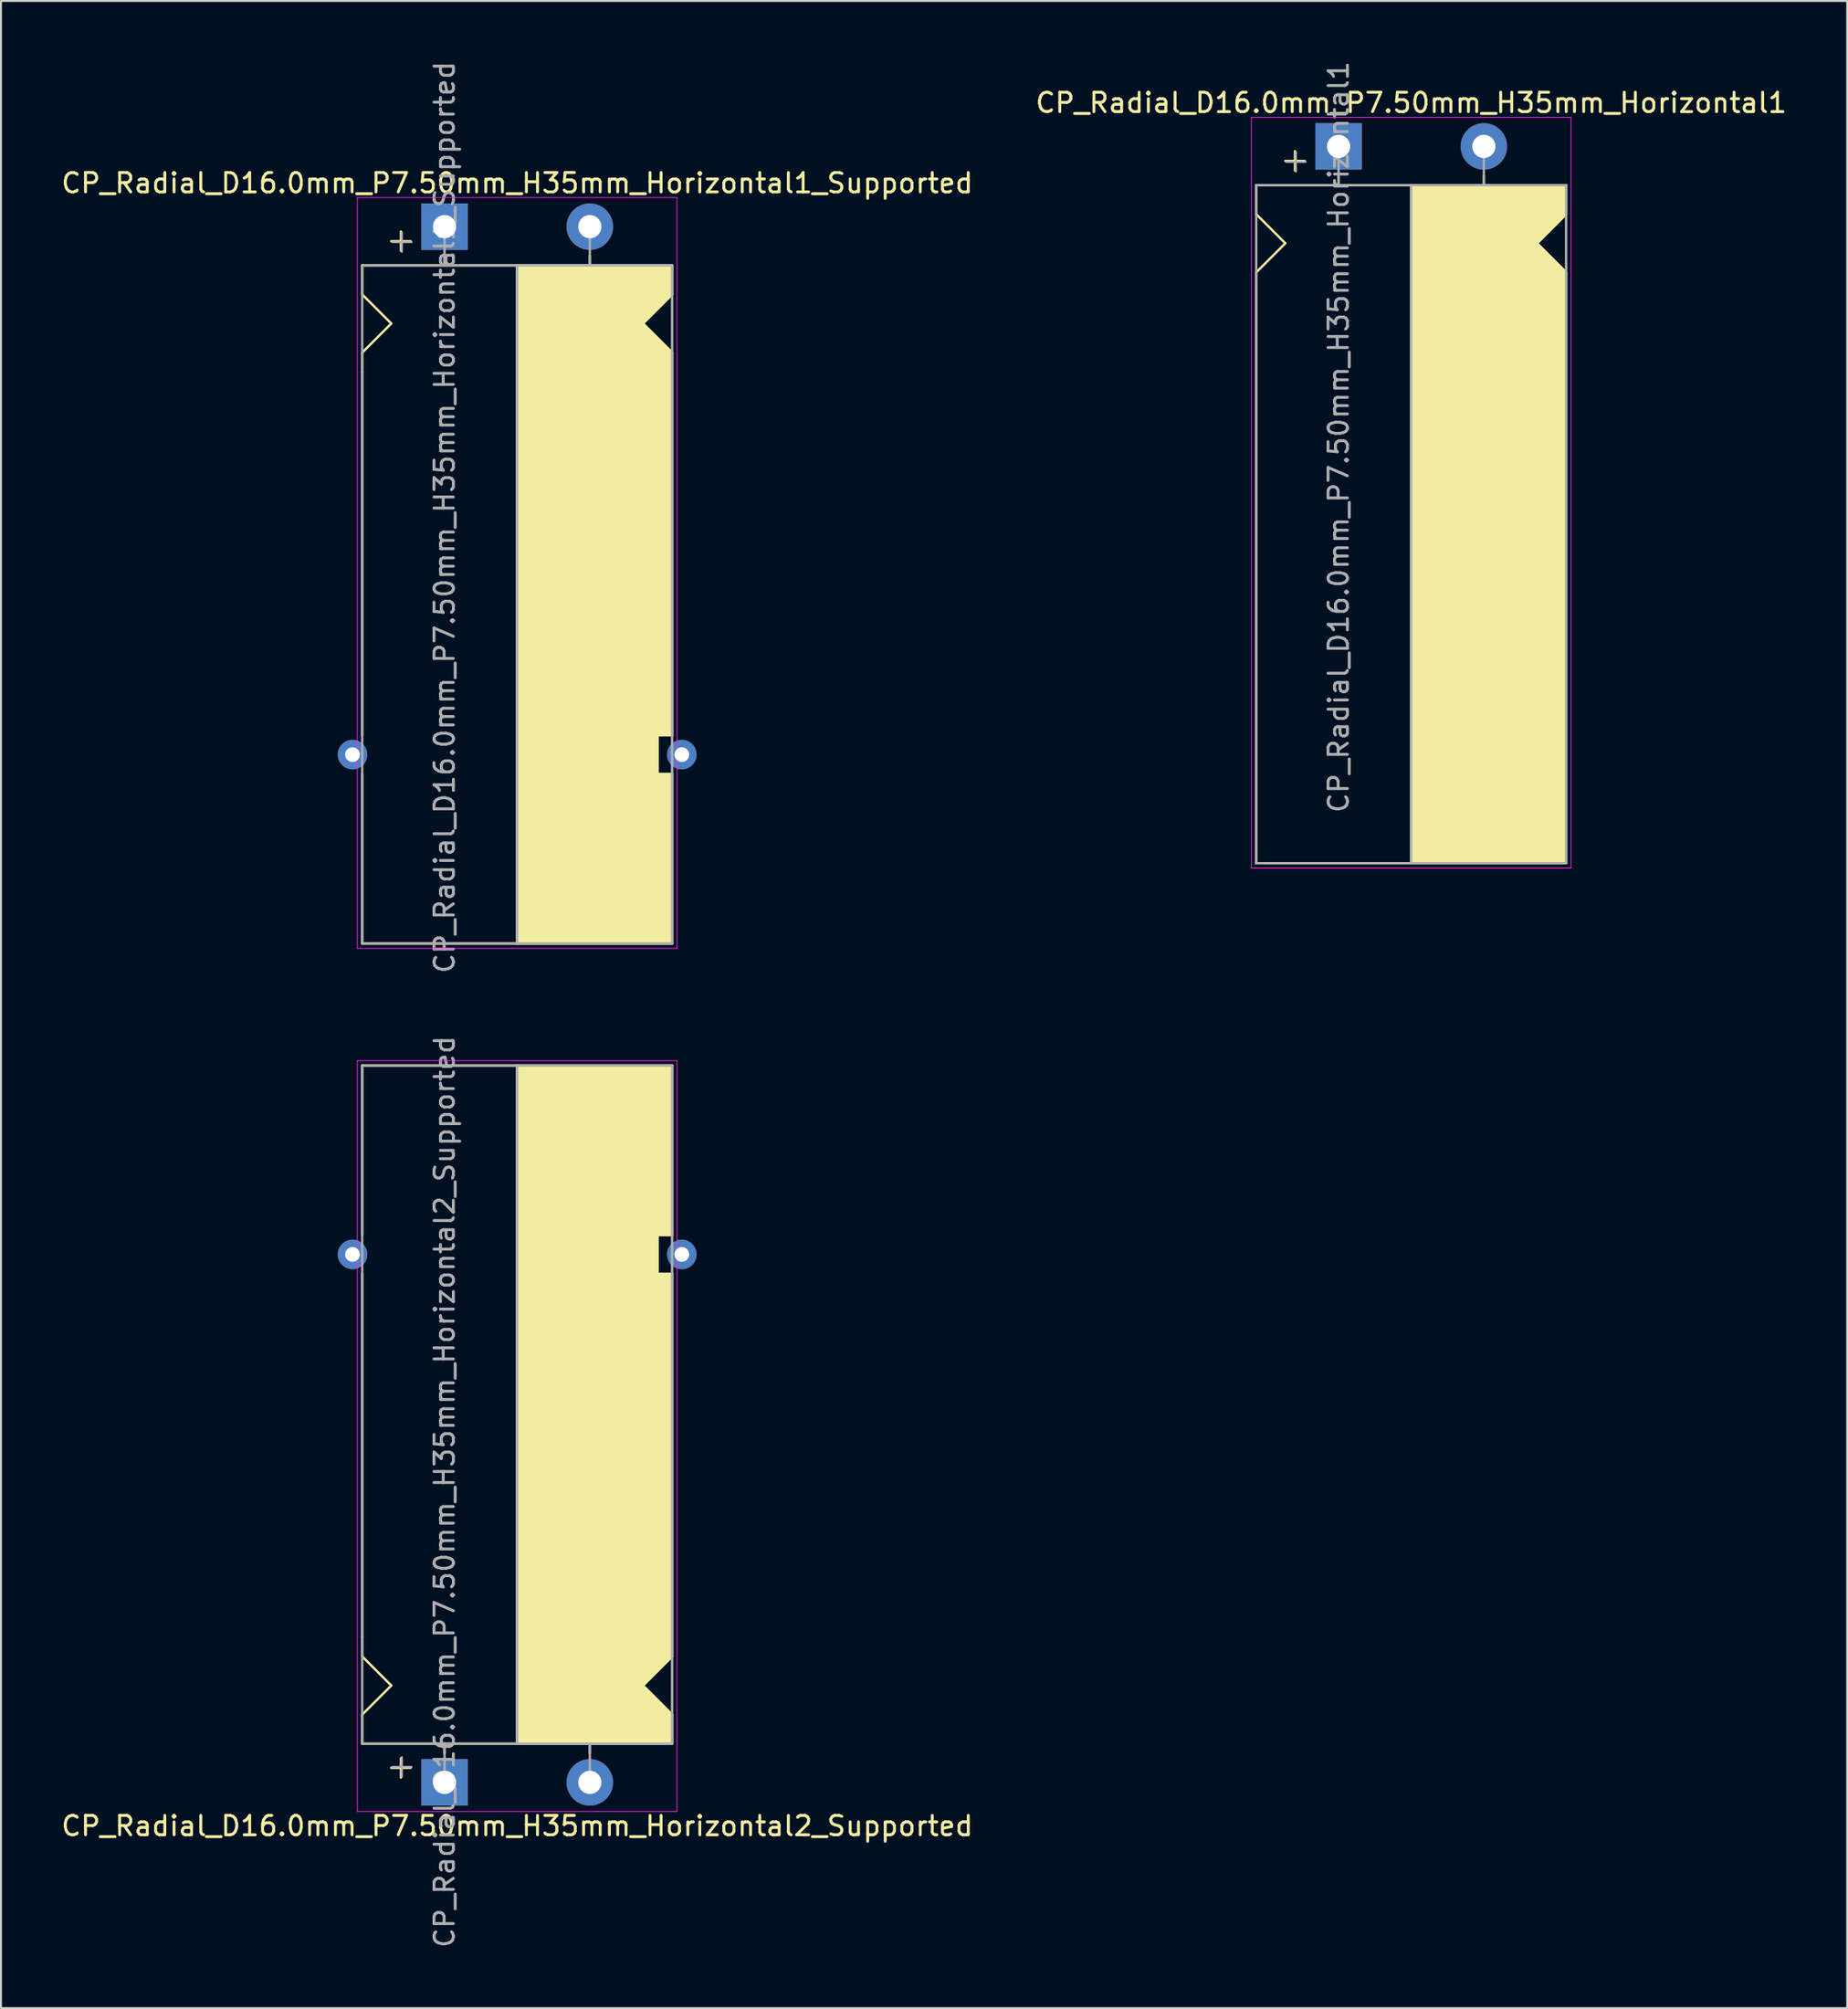
<source format=kicad_pcb>
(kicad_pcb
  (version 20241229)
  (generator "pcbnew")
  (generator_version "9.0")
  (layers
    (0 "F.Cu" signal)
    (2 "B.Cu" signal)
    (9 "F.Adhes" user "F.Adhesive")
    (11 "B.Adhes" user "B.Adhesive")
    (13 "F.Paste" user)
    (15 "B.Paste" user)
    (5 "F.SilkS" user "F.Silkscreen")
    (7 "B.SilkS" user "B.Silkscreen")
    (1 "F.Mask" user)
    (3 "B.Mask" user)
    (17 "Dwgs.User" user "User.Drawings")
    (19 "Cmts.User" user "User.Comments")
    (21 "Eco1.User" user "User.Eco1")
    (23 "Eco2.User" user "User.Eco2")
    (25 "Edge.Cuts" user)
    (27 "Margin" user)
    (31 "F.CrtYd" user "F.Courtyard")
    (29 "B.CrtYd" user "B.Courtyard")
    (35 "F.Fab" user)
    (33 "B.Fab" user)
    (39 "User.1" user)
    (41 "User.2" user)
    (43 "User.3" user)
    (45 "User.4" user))
  (footprint "CP_Radial_D16.0mm_P7.50mm_H35mm_Horizontal1"
    (layer "F.Cu")
    (at 66.054 4.506)
    (property "Reference" "CP_Radial_D16.0mm_P7.50mm_H35mm_Horizontal1" (at 3.75 -2.25 0) (layer "F.SilkS") (effects (font (size 1 1) (thickness 0.15))))
    (attr through_hole)
    (fp_line (start -4.25 2) (end -4.25 3.5) (stroke (width 0.12) (type solid)) (layer "F.SilkS"))
    (fp_line (start -4.25 3.5) (end -2.75 5) (stroke (width 0.12) (type solid)) (layer "F.SilkS"))
    (fp_line (start -4.25 6.5) (end -4.25 7.5) (stroke (width 0.12) (type solid)) (layer "F.SilkS"))
    (fp_line (start -4.25 7.5) (end -4.25 37) (stroke (width 0.12) (type solid)) (layer "F.SilkS"))
    (fp_line (start -2.75 5) (end -4.25 6.5) (stroke (width 0.12) (type solid)) (layer "F.SilkS"))
    (fp_line (start -2.25 0.25) (end -2.25 1.25) (stroke (width 0.12) (type solid)) (layer "F.SilkS"))
    (fp_line (start -1.75 0.75) (end -2.75 0.75) (stroke (width 0.12) (type solid)) (layer "F.SilkS"))
    (fp_line (start 0 1.5) (end 0 2) (stroke (width 0.12) (type solid)) (layer "F.SilkS"))
    (fp_line (start 3.75 2) (end -4.25 2) (stroke (width 0.12) (type solid)) (layer "F.SilkS"))
    (fp_line (start 3.75 2) (end 3.75 37) (stroke (width 0.12) (type solid)) (layer "F.SilkS"))
    (fp_line (start 3.75 2) (end 11.75 2) (stroke (width 0.12) (type solid)) (layer "F.SilkS"))
    (fp_line (start 7.5 1.5) (end 7.5 2) (stroke (width 0.12) (type solid)) (layer "F.SilkS"))
    (fp_line (start 10.25 5) (end 11.75 6.5) (stroke (width 0.12) (type solid)) (layer "F.SilkS"))
    (fp_line (start 11.75 2) (end 11.75 3.5) (stroke (width 0.12) (type solid)) (layer "F.SilkS"))
    (fp_line (start 11.75 3.5) (end 10.25 5) (stroke (width 0.12) (type solid)) (layer "F.SilkS"))
    (fp_line (start 11.75 37) (end -4.25 37) (stroke (width 0.12) (type solid)) (layer "F.SilkS"))
    (fp_line (start 11.75 37) (end 11.75 6.5) (stroke (width 0.12) (type solid)) (layer "F.SilkS"))
    (fp_poly (pts (xy 11.75 3.5) (xy 10.25 5) (xy 11.75 6.5) (xy 11.75 37) (xy 3.75 37) (xy 3.75 2) (xy 11.75 2)) (stroke (width 0.1) (type solid)) (fill yes) (layer "F.SilkS"))
    (fp_line (start -4.5 -1.5) (end 12 -1.5) (stroke (width 0.04) (type solid)) (layer "F.CrtYd"))
    (fp_line (start -4.5 37.25) (end -4.5 -1.5) (stroke (width 0.04) (type solid)) (layer "F.CrtYd"))
    (fp_line (start 12 -1.5) (end 12 37.25) (stroke (width 0.04) (type solid)) (layer "F.CrtYd"))
    (fp_line (start 12 37.25) (end -4.5 37.25) (stroke (width 0.04) (type solid)) (layer "F.CrtYd"))
    (fp_line (start -4.25 2) (end -4.25 37) (stroke (width 0.12) (type solid)) (layer "F.Fab"))
    (fp_line (start -4.25 37) (end 11.75 37) (stroke (width 0.12) (type solid)) (layer "F.Fab"))
    (fp_line (start -2.7 0.8) (end -1.7 0.8) (stroke (width 0.1) (type solid)) (layer "F.Fab"))
    (fp_line (start -2.2 1.3) (end -2.2 0.3) (stroke (width 0.1) (type solid)) (layer "F.Fab"))
    (fp_line (start 0 0) (end 0 2) (stroke (width 0.12) (type solid)) (layer "F.Fab"))
    (fp_line (start 0 2) (end -4.25 2) (stroke (width 0.12) (type solid)) (layer "F.Fab"))
    (fp_line (start 3.75 2) (end 3.75 37) (stroke (width 0.12) (type solid)) (layer "F.Fab"))
    (fp_line (start 7.5 0) (end 7.5 2) (stroke (width 0.12) (type solid)) (layer "F.Fab"))
    (fp_line (start 11.75 2) (end 0 2) (stroke (width 0.12) (type solid)) (layer "F.Fab"))
    (fp_line (start 11.75 37) (end 11.75 2) (stroke (width 0.12) (type solid)) (layer "F.Fab"))
    (fp_poly (pts (xy 11.75 37) (xy 3.75 37) (xy 3.75 2) (xy 11.75 2)) (stroke (width 0.1) (type solid)) (fill no) (layer "F.Fab"))
    (fp_text user "${REFERENCE}" (at 0 15 90) (layer "F.Fab") (effects (font (size 1 1) (thickness 0.15))))
    (pad "1" thru_hole rect (at 0 0) (size 2.4 2.4) (drill 1.2) (layers "*.Cu" "*.Mask"))
    (pad "2" thru_hole circle (at 7.5 0) (size 2.4 2.4) (drill 1.2) (layers "*.Cu" "*.Mask")))
  (footprint "CP_Radial_D16.0mm_P7.50mm_H35mm_Horizontal2_Supported"
    (layer "F.Cu")
    (at 19.899 88.946)
    (property "Reference" "CP_Radial_D16.0mm_P7.50mm_H35mm_Horizontal2_Supported" (at 3.75 2.25 0) (layer "F.SilkS") (effects (font (size 1 1) (thickness 0.15))))
    (attr through_hole)
    (fp_line (start -4.25 -28.25) (end -4.25 -37) (stroke (width 0.12) (type solid)) (layer "F.SilkS"))
    (fp_line (start -4.25 -7.5) (end -4.25 -26.25) (stroke (width 0.12) (type solid)) (layer "F.SilkS"))
    (fp_line (start -4.25 -6.5) (end -4.25 -7.5) (stroke (width 0.12) (type solid)) (layer "F.SilkS"))
    (fp_line (start -4.25 -3.5) (end -2.75 -5) (stroke (width 0.12) (type solid)) (layer "F.SilkS"))
    (fp_line (start -4.25 -2) (end -4.25 -3.5) (stroke (width 0.12) (type solid)) (layer "F.SilkS"))
    (fp_line (start -2.75 -5) (end -4.25 -6.5) (stroke (width 0.12) (type solid)) (layer "F.SilkS"))
    (fp_line (start -2.25 -1.25) (end -2.25 -0.25) (stroke (width 0.12) (type solid)) (layer "F.SilkS"))
    (fp_line (start -1.75 -0.75) (end -2.75 -0.75) (stroke (width 0.12) (type solid)) (layer "F.SilkS"))
    (fp_line (start 0 -1.5) (end 0 -2) (stroke (width 0.12) (type solid)) (layer "F.SilkS"))
    (fp_line (start 3.75 -2) (end -4.25 -2) (stroke (width 0.12) (type solid)) (layer "F.SilkS"))
    (fp_line (start 3.75 -2) (end 3.75 -37) (stroke (width 0.12) (type solid)) (layer "F.SilkS"))
    (fp_line (start 3.75 -2) (end 11.75 -2) (stroke (width 0.12) (type solid)) (layer "F.SilkS"))
    (fp_line (start 7.5 -1.5) (end 7.5 -2) (stroke (width 0.12) (type solid)) (layer "F.SilkS"))
    (fp_line (start 10.25 -5) (end 11.75 -6.5) (stroke (width 0.12) (type solid)) (layer "F.SilkS"))
    (fp_line (start 11 -28.25) (end 11 -26.25) (stroke (width 0.12) (type solid)) (layer "F.SilkS"))
    (fp_line (start 11 -26.25) (end 11.75 -26.25) (stroke (width 0.12) (type solid)) (layer "F.SilkS"))
    (fp_line (start 11.75 -37) (end -4.25 -37) (stroke (width 0.12) (type solid)) (layer "F.SilkS"))
    (fp_line (start 11.75 -37) (end 11.75 -28.25) (stroke (width 0.12) (type solid)) (layer "F.SilkS"))
    (fp_line (start 11.75 -28.25) (end 11 -28.25) (stroke (width 0.12) (type solid)) (layer "F.SilkS"))
    (fp_line (start 11.75 -26.25) (end 11.75 -6.5) (stroke (width 0.12) (type solid)) (layer "F.SilkS"))
    (fp_line (start 11.75 -3.5) (end 10.25 -5) (stroke (width 0.12) (type solid)) (layer "F.SilkS"))
    (fp_line (start 11.75 -2) (end 11.75 -3.5) (stroke (width 0.12) (type solid)) (layer "F.SilkS"))
    (fp_poly (pts (xy 11.75 -3.5) (xy 10.25 -5) (xy 11.75 -6.5) (xy 11.75 -26.25) (xy 11 -26.25) (xy 11 -28.25) (xy 11.75 -28.25) (xy 11.75 -37) (xy 3.75 -37) (xy 3.75 -2) (xy 11.75 -2)) (stroke (width 0.1) (type solid)) (fill yes) (layer "F.SilkS"))
    (fp_line (start -4.5 -37.25) (end -4.5 1.5) (stroke (width 0.04) (type solid)) (layer "F.CrtYd"))
    (fp_line (start -4.5 1.5) (end 12 1.5) (stroke (width 0.04) (type solid)) (layer "F.CrtYd"))
    (fp_line (start 12 -37.25) (end -4.5 -37.25) (stroke (width 0.04) (type solid)) (layer "F.CrtYd"))
    (fp_line (start 12 1.5) (end 12 -37.25) (stroke (width 0.04) (type solid)) (layer "F.CrtYd"))
    (fp_line (start -4.25 -37) (end 11.75 -37) (stroke (width 0.12) (type solid)) (layer "F.Fab"))
    (fp_line (start -4.25 -2) (end -4.25 -37) (stroke (width 0.12) (type solid)) (layer "F.Fab"))
    (fp_line (start -2.7 -0.8) (end -1.7 -0.8) (stroke (width 0.1) (type solid)) (layer "F.Fab"))
    (fp_line (start -2.2 -0.3) (end -2.2 -1.3) (stroke (width 0.1) (type solid)) (layer "F.Fab"))
    (fp_line (start 0 -2) (end -4.25 -2) (stroke (width 0.12) (type solid)) (layer "F.Fab"))
    (fp_line (start 0 0) (end 0 -2) (stroke (width 0.12) (type solid)) (layer "F.Fab"))
    (fp_line (start 3.75 -2) (end 3.75 -37) (stroke (width 0.12) (type solid)) (layer "F.Fab"))
    (fp_line (start 7.5 0) (end 7.5 -2) (stroke (width 0.12) (type solid)) (layer "F.Fab"))
    (fp_line (start 11.75 -37) (end 11.75 -2) (stroke (width 0.12) (type solid)) (layer "F.Fab"))
    (fp_line (start 11.75 -2) (end 0 -2) (stroke (width 0.12) (type solid)) (layer "F.Fab"))
    (fp_poly (pts (xy 11.75 -37) (xy 3.75 -37) (xy 3.75 -2) (xy 11.75 -2)) (stroke (width 0.1) (type solid)) (fill no) (layer "F.Fab"))
    (fp_text user "${REFERENCE}" (at 0 -15 90) (layer "F.Fab") (effects (font (size 1 1) (thickness 0.15))))
    (pad "" thru_hole circle (at -4.75 -27.25 180) (size 1.524 1.524) (drill 0.762) (layers "*.Cu" "*.Mask"))
    (pad "" thru_hole circle (at 12.25 -27.25 180) (size 1.524 1.524) (drill 0.762) (layers "*.Cu" "*.Mask"))
    (pad "1" thru_hole rect (at 0 0) (size 2.4 2.4) (drill 1.2) (layers "*.Cu" "*.Mask"))
    (pad "2" thru_hole circle (at 7.5 0) (size 2.4 2.4) (drill 1.2) (layers "*.Cu" "*.Mask")))
  (footprint "CP_Radial_D16.0mm_P7.50mm_H35mm_Horizontal1_Supported"
    (layer "F.Cu")
    (at 19.899 8.649)
    (property "Reference" "CP_Radial_D16.0mm_P7.50mm_H35mm_Horizontal1_Supported" (at 3.75 -2.25 0) (layer "F.SilkS") (effects (font (size 1 1) (thickness 0.15))))
    (attr through_hole)
    (fp_line (start -4.25 2) (end -4.25 3.5) (stroke (width 0.12) (type solid)) (layer "F.SilkS"))
    (fp_line (start -4.25 3.5) (end -2.75 5) (stroke (width 0.12) (type solid)) (layer "F.SilkS"))
    (fp_line (start -4.25 6.5) (end -4.25 7.5) (stroke (width 0.12) (type solid)) (layer "F.SilkS"))
    (fp_line (start -4.25 7.5) (end -4.25 26.25) (stroke (width 0.12) (type solid)) (layer "F.SilkS"))
    (fp_line (start -4.25 28.25) (end -4.25 37) (stroke (width 0.12) (type solid)) (layer "F.SilkS"))
    (fp_line (start -2.75 5) (end -4.25 6.5) (stroke (width 0.12) (type solid)) (layer "F.SilkS"))
    (fp_line (start -2.25 0.25) (end -2.25 1.25) (stroke (width 0.12) (type solid)) (layer "F.SilkS"))
    (fp_line (start -1.75 0.75) (end -2.75 0.75) (stroke (width 0.12) (type solid)) (layer "F.SilkS"))
    (fp_line (start 0 1.5) (end 0 2) (stroke (width 0.12) (type solid)) (layer "F.SilkS"))
    (fp_line (start 3.75 2) (end -4.25 2) (stroke (width 0.12) (type solid)) (layer "F.SilkS"))
    (fp_line (start 3.75 2) (end 3.75 37) (stroke (width 0.12) (type solid)) (layer "F.SilkS"))
    (fp_line (start 3.75 2) (end 11.75 2) (stroke (width 0.12) (type solid)) (layer "F.SilkS"))
    (fp_line (start 7.5 1.5) (end 7.5 2) (stroke (width 0.12) (type solid)) (layer "F.SilkS"))
    (fp_line (start 10.25 5) (end 11.75 6.5) (stroke (width 0.12) (type solid)) (layer "F.SilkS"))
    (fp_line (start 11 26.25) (end 11.75 26.25) (stroke (width 0.12) (type solid)) (layer "F.SilkS"))
    (fp_line (start 11 28.25) (end 11 26.25) (stroke (width 0.12) (type solid)) (layer "F.SilkS"))
    (fp_line (start 11.75 2) (end 11.75 3.5) (stroke (width 0.12) (type solid)) (layer "F.SilkS"))
    (fp_line (start 11.75 3.5) (end 10.25 5) (stroke (width 0.12) (type solid)) (layer "F.SilkS"))
    (fp_line (start 11.75 26.25) (end 11.75 6.5) (stroke (width 0.12) (type solid)) (layer "F.SilkS"))
    (fp_line (start 11.75 28.25) (end 11 28.25) (stroke (width 0.12) (type solid)) (layer "F.SilkS"))
    (fp_line (start 11.75 37) (end -4.25 37) (stroke (width 0.12) (type solid)) (layer "F.SilkS"))
    (fp_line (start 11.75 37) (end 11.75 28.25) (stroke (width 0.12) (type solid)) (layer "F.SilkS"))
    (fp_poly (pts (xy 11.75 3.5) (xy 10.25 5) (xy 11.75 6.5) (xy 11.75 26.25) (xy 11 26.25) (xy 11 28.25) (xy 11.75 28.25) (xy 11.75 37) (xy 3.75 37) (xy 3.75 2) (xy 11.75 2)) (stroke (width 0.1) (type solid)) (fill yes) (layer "F.SilkS"))
    (fp_line (start -4.5 -1.5) (end 12 -1.5) (stroke (width 0.04) (type solid)) (layer "F.CrtYd"))
    (fp_line (start -4.5 37.25) (end -4.5 -1.5) (stroke (width 0.04) (type solid)) (layer "F.CrtYd"))
    (fp_line (start 12 -1.5) (end 12 37.25) (stroke (width 0.04) (type solid)) (layer "F.CrtYd"))
    (fp_line (start 12 37.25) (end -4.5 37.25) (stroke (width 0.04) (type solid)) (layer "F.CrtYd"))
    (fp_line (start -4.25 2) (end -4.25 37) (stroke (width 0.12) (type solid)) (layer "F.Fab"))
    (fp_line (start -4.25 37) (end 11.75 37) (stroke (width 0.12) (type solid)) (layer "F.Fab"))
    (fp_line (start -2.7 0.8) (end -1.7 0.8) (stroke (width 0.1) (type solid)) (layer "F.Fab"))
    (fp_line (start -2.2 1.3) (end -2.2 0.3) (stroke (width 0.1) (type solid)) (layer "F.Fab"))
    (fp_line (start 0 0) (end 0 2) (stroke (width 0.12) (type solid)) (layer "F.Fab"))
    (fp_line (start 0 2) (end -4.25 2) (stroke (width 0.12) (type solid)) (layer "F.Fab"))
    (fp_line (start 3.75 2) (end 3.75 37) (stroke (width 0.12) (type solid)) (layer "F.Fab"))
    (fp_line (start 7.5 0) (end 7.5 2) (stroke (width 0.12) (type solid)) (layer "F.Fab"))
    (fp_line (start 11.75 2) (end 0 2) (stroke (width 0.12) (type solid)) (layer "F.Fab"))
    (fp_line (start 11.75 37) (end 11.75 2) (stroke (width 0.12) (type solid)) (layer "F.Fab"))
    (fp_poly (pts (xy 11.75 37) (xy 3.75 37) (xy 3.75 2) (xy 11.75 2)) (stroke (width 0.1) (type solid)) (fill no) (layer "F.Fab"))
    (fp_text user "${REFERENCE}" (at 0 15 90) (layer "F.Fab") (effects (font (size 1 1) (thickness 0.15))))
    (pad "" thru_hole circle (at -4.75 27.25) (size 1.524 1.524) (drill 0.762) (layers "*.Cu" "*.Mask"))
    (pad "" thru_hole circle (at 12.25 27.25) (size 1.524 1.524) (drill 0.762) (layers "*.Cu" "*.Mask"))
    (pad "1" thru_hole rect (at 0 0) (size 2.4 2.4) (drill 1.2) (layers "*.Cu" "*.Mask"))
    (pad "2" thru_hole circle (at 7.5 0) (size 2.4 2.4) (drill 1.2) (layers "*.Cu" "*.Mask")))
  (gr_rect
    (start -3 -3)
    (end 92.31 100.595)
    (stroke (width 0.1) (type default))
    (fill no)
    (layer "Edge.Cuts")))
</source>
